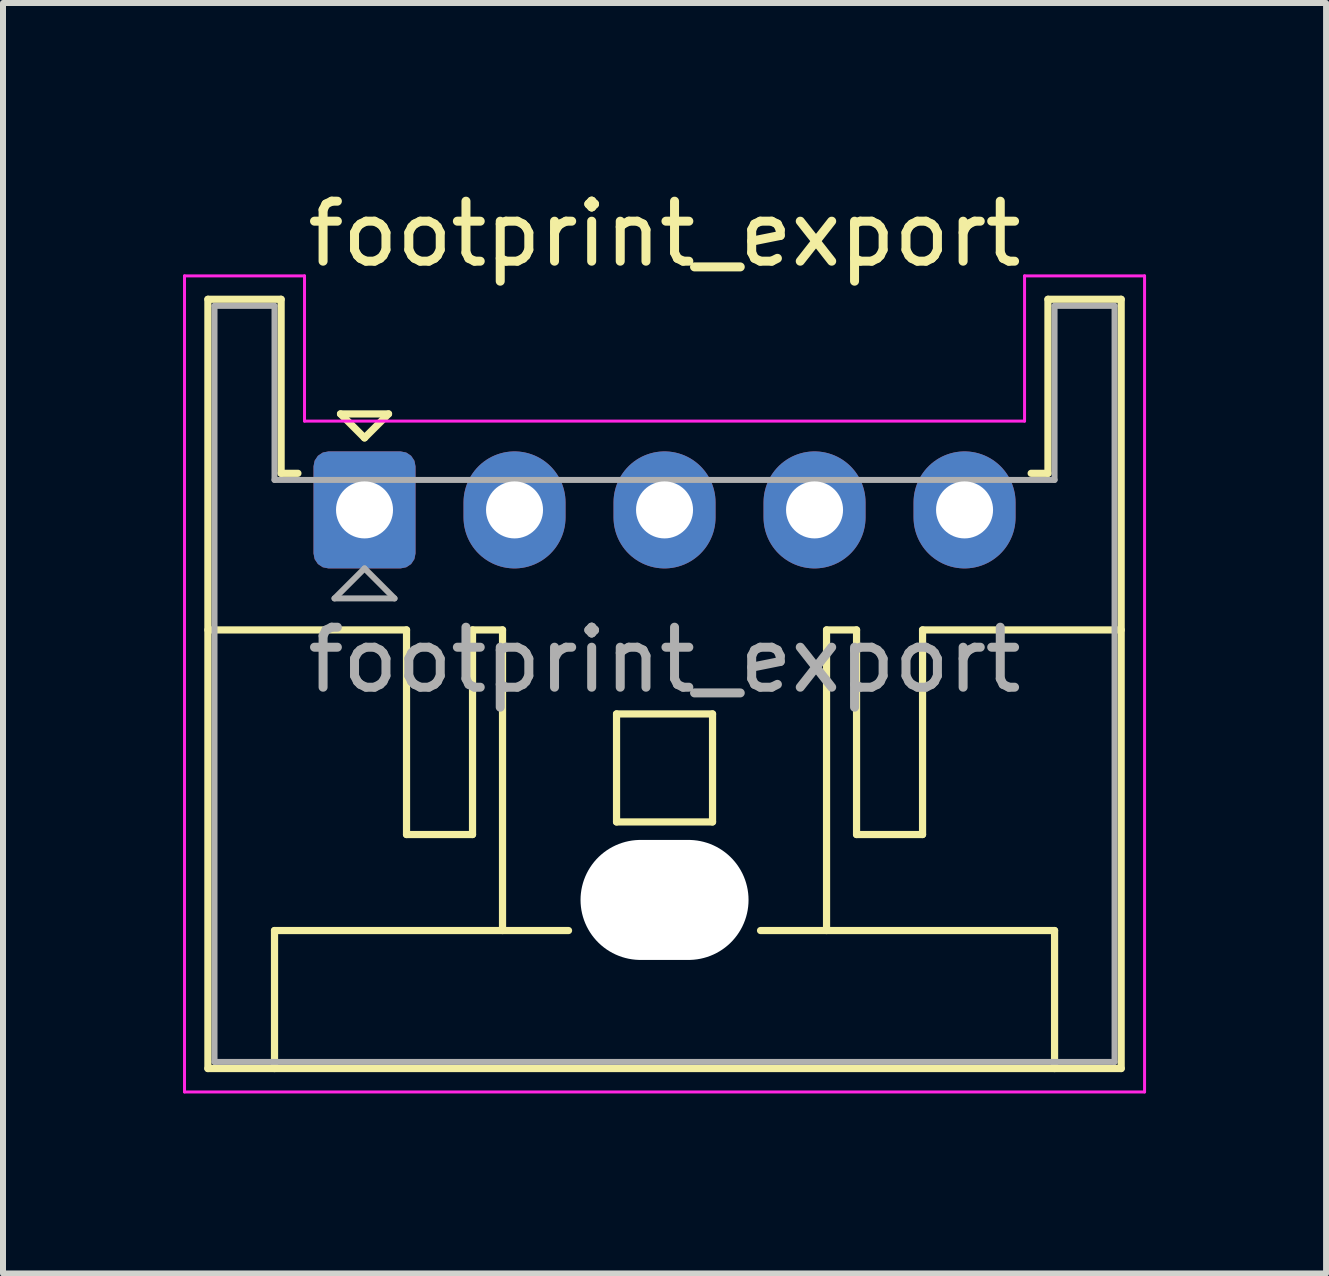
<source format=kicad_pcb>
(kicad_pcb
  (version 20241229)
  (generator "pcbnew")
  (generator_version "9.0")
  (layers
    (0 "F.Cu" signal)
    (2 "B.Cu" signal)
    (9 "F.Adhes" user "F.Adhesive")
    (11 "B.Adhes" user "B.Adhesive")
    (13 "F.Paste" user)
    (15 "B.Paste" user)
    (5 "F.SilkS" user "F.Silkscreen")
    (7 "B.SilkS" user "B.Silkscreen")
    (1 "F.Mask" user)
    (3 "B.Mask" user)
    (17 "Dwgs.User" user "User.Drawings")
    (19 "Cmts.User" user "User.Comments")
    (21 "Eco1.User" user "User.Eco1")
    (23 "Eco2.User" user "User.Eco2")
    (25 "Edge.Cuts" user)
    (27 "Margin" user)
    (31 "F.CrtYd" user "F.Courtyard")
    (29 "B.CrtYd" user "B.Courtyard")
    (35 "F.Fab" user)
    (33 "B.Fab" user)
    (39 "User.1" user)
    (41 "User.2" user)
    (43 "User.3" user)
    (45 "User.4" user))
  (footprint "footprint_export"
    (layer "F.Cu")
    (at 3.025 5.448)
    (property "Reference" "footprint_export" (at 5 -4.6 0) (layer "F.SilkS") (effects (font (size 1 1) (thickness 0.15))))
    (attr through_hole)
    (fp_line (start -2.61 -3.51) (end -2.61 9.31) (stroke (width 0.12) (type solid)) (layer "F.SilkS"))
    (fp_line (start -2.61 9.31) (end 12.61 9.31) (stroke (width 0.12) (type solid)) (layer "F.SilkS"))
    (fp_line (start -1.5 7.01) (end 3.4 7.01) (stroke (width 0.12) (type solid)) (layer "F.SilkS"))
    (fp_line (start -1.5 9.31) (end -1.5 7.01) (stroke (width 0.12) (type solid)) (layer "F.SilkS"))
    (fp_line (start -1.39 -3.51) (end -2.61 -3.51) (stroke (width 0.12) (type solid)) (layer "F.SilkS"))
    (fp_line (start -1.39 -0.61) (end -1.39 -3.51) (stroke (width 0.12) (type solid)) (layer "F.SilkS"))
    (fp_line (start -1.11 -0.61) (end -1.39 -0.61) (stroke (width 0.12) (type solid)) (layer "F.SilkS"))
    (fp_line (start -0.4 -1.6) (end 0.4 -1.6) (stroke (width 0.12) (type solid)) (layer "F.SilkS"))
    (fp_line (start 0 -1.2) (end -0.4 -1.6) (stroke (width 0.12) (type solid)) (layer "F.SilkS"))
    (fp_line (start 0.4 -1.6) (end 0 -1.2) (stroke (width 0.12) (type solid)) (layer "F.SilkS"))
    (fp_line (start 0.7 2) (end -2.61 2) (stroke (width 0.12) (type solid)) (layer "F.SilkS"))
    (fp_line (start 0.7 5.41) (end 0.7 2) (stroke (width 0.12) (type solid)) (layer "F.SilkS"))
    (fp_line (start 1.8 2) (end 1.8 5.41) (stroke (width 0.12) (type solid)) (layer "F.SilkS"))
    (fp_line (start 1.8 5.41) (end 0.7 5.41) (stroke (width 0.12) (type solid)) (layer "F.SilkS"))
    (fp_line (start 2.3 2) (end 1.8 2) (stroke (width 0.12) (type solid)) (layer "F.SilkS"))
    (fp_line (start 2.3 7.01) (end 2.3 2) (stroke (width 0.12) (type solid)) (layer "F.SilkS"))
    (fp_line (start 4.2 3.4) (end 5.8 3.4) (stroke (width 0.12) (type solid)) (layer "F.SilkS"))
    (fp_line (start 4.2 5.2) (end 4.2 3.4) (stroke (width 0.12) (type solid)) (layer "F.SilkS"))
    (fp_line (start 5.8 3.4) (end 5.8 5.2) (stroke (width 0.12) (type solid)) (layer "F.SilkS"))
    (fp_line (start 5.8 5.2) (end 4.2 5.2) (stroke (width 0.12) (type solid)) (layer "F.SilkS"))
    (fp_line (start 6.6 7.01) (end 11.5 7.01) (stroke (width 0.12) (type solid)) (layer "F.SilkS"))
    (fp_line (start 7.7 2) (end 8.2 2) (stroke (width 0.12) (type solid)) (layer "F.SilkS"))
    (fp_line (start 7.7 7.01) (end 7.7 2) (stroke (width 0.12) (type solid)) (layer "F.SilkS"))
    (fp_line (start 8.2 2) (end 8.2 5.41) (stroke (width 0.12) (type solid)) (layer "F.SilkS"))
    (fp_line (start 8.2 5.41) (end 9.3 5.41) (stroke (width 0.12) (type solid)) (layer "F.SilkS"))
    (fp_line (start 9.3 2) (end 12.61 2) (stroke (width 0.12) (type solid)) (layer "F.SilkS"))
    (fp_line (start 9.3 5.41) (end 9.3 2) (stroke (width 0.12) (type solid)) (layer "F.SilkS"))
    (fp_line (start 11.39 -3.51) (end 11.39 -0.61) (stroke (width 0.12) (type solid)) (layer "F.SilkS"))
    (fp_line (start 11.39 -0.61) (end 11.11 -0.61) (stroke (width 0.12) (type solid)) (layer "F.SilkS"))
    (fp_line (start 11.5 7.01) (end 11.5 9.31) (stroke (width 0.12) (type solid)) (layer "F.SilkS"))
    (fp_line (start 12.61 -3.51) (end 11.39 -3.51) (stroke (width 0.12) (type solid)) (layer "F.SilkS"))
    (fp_line (start 12.61 9.31) (end 12.61 -3.51) (stroke (width 0.12) (type solid)) (layer "F.SilkS"))
    (fp_line (start -3 -3.9) (end -3 9.7) (stroke (width 0.05) (type solid)) (layer "F.CrtYd"))
    (fp_line (start -3 9.7) (end 13 9.7) (stroke (width 0.05) (type solid)) (layer "F.CrtYd"))
    (fp_line (start -1 -3.9) (end -3 -3.9) (stroke (width 0.05) (type solid)) (layer "F.CrtYd"))
    (fp_line (start -1 -1.48) (end -1 -3.9) (stroke (width 0.05) (type solid)) (layer "F.CrtYd"))
    (fp_line (start 11 -3.9) (end 11 -1.48) (stroke (width 0.05) (type solid)) (layer "F.CrtYd"))
    (fp_line (start 11 -1.48) (end -1 -1.48) (stroke (width 0.05) (type solid)) (layer "F.CrtYd"))
    (fp_line (start 13 -3.9) (end 11 -3.9) (stroke (width 0.05) (type solid)) (layer "F.CrtYd"))
    (fp_line (start 13 9.7) (end 13 -3.9) (stroke (width 0.05) (type solid)) (layer "F.CrtYd"))
    (fp_line (start -2.5 -3.4) (end -2.5 9.2) (stroke (width 0.1) (type solid)) (layer "F.Fab"))
    (fp_line (start -2.5 9.2) (end 12.5 9.2) (stroke (width 0.1) (type solid)) (layer "F.Fab"))
    (fp_line (start -1.5 -3.4) (end -2.5 -3.4) (stroke (width 0.1) (type solid)) (layer "F.Fab"))
    (fp_line (start -1.5 -0.5) (end -1.5 -3.4) (stroke (width 0.1) (type solid)) (layer "F.Fab"))
    (fp_line (start -0.5 1.475) (end 0.5 1.475) (stroke (width 0.1) (type solid)) (layer "F.Fab"))
    (fp_line (start 0 0.975) (end -0.5 1.475) (stroke (width 0.1) (type solid)) (layer "F.Fab"))
    (fp_line (start 0.5 1.475) (end 0 0.975) (stroke (width 0.1) (type solid)) (layer "F.Fab"))
    (fp_line (start 11.5 -3.4) (end 11.5 -0.5) (stroke (width 0.1) (type solid)) (layer "F.Fab"))
    (fp_line (start 11.5 -0.5) (end -1.5 -0.5) (stroke (width 0.1) (type solid)) (layer "F.Fab"))
    (fp_line (start 12.5 -3.4) (end 11.5 -3.4) (stroke (width 0.1) (type solid)) (layer "F.Fab"))
    (fp_line (start 12.5 9.2) (end 12.5 -3.4) (stroke (width 0.1) (type solid)) (layer "F.Fab"))
    (fp_text user "${REFERENCE}" (at 5 2.5 0) (layer "F.Fab") (effects (font (size 1 1) (thickness 0.15))))
    (pad "" np_thru_hole oval (at 5 6.5) (size 2.8 2) (drill oval 2.8 2) (layers "*.Cu" "*.Mask"))
    (pad "1" thru_hole roundrect (at 0 0) (size 1.7 1.95) (drill 0.95) (layers "*.Cu" "*.Mask") (roundrect_rratio 0.147))
    (pad "2" thru_hole oval (at 2.5 0) (size 1.7 1.95) (drill 0.95) (layers "*.Cu" "*.Mask"))
    (pad "3" thru_hole oval (at 5 0) (size 1.7 1.95) (drill 0.95) (layers "*.Cu" "*.Mask"))
    (pad "4" thru_hole oval (at 7.5 0) (size 1.7 1.95) (drill 0.95) (layers "*.Cu" "*.Mask"))
    (pad "5" thru_hole oval (at 10 0) (size 1.7 1.95) (drill 0.95) (layers "*.Cu" "*.Mask")))
  (gr_rect
    (start -3 -3)
    (end 19.05 18.173)
    (stroke (width 0.1) (type default))
    (fill no)
    (layer "Edge.Cuts")))
</source>
